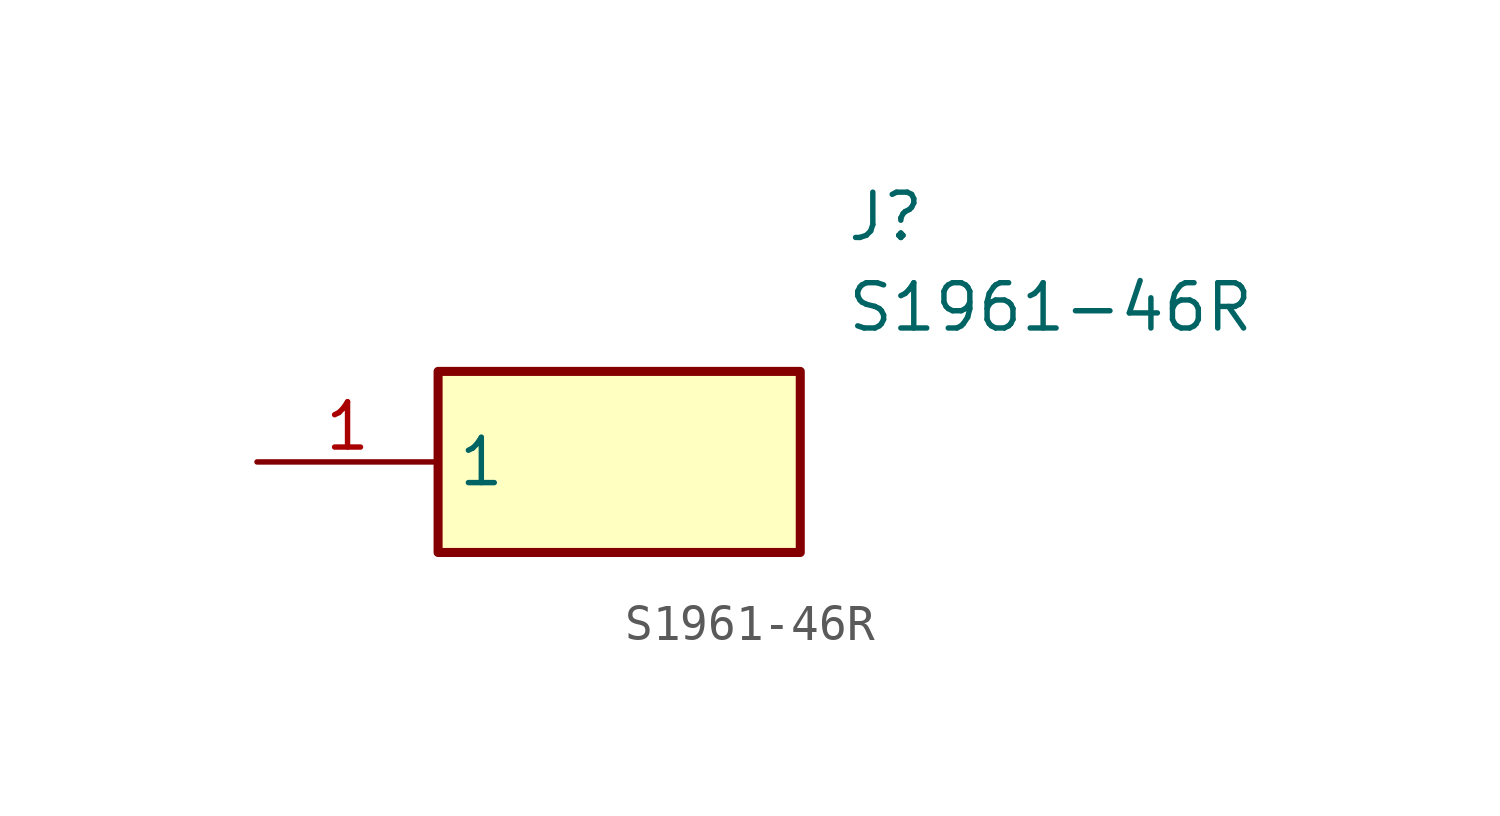
<source format=kicad_sym>
(kicad_symbol_lib
  (version 20211014)
  (generator SamacSys_ECAD_Model)
  (symbol "S1961-46R"
    (property "Reference" "J"
      (at 16.51 7.62 0)
      (effects (font (size 1.27 1.27)) (justify left top)))
    (property "Value" "S1961-46R"
      (at 16.51 5.08 0)
      (effects (font (size 1.27 1.27)) (justify left top)))
    (rectangle
      (start 5.08 2.54)
      (end 15.24 -2.54)
      (stroke (width 0.254) (type default))
      (fill (type background)))
    (pin passive line
      (at 0 0 0)
      (length 5.08)
      (name "1" (effects (font (size 1.27 1.27))))
      (number "1" (effects (font (size 1.27 1.27)))))))
</source>
